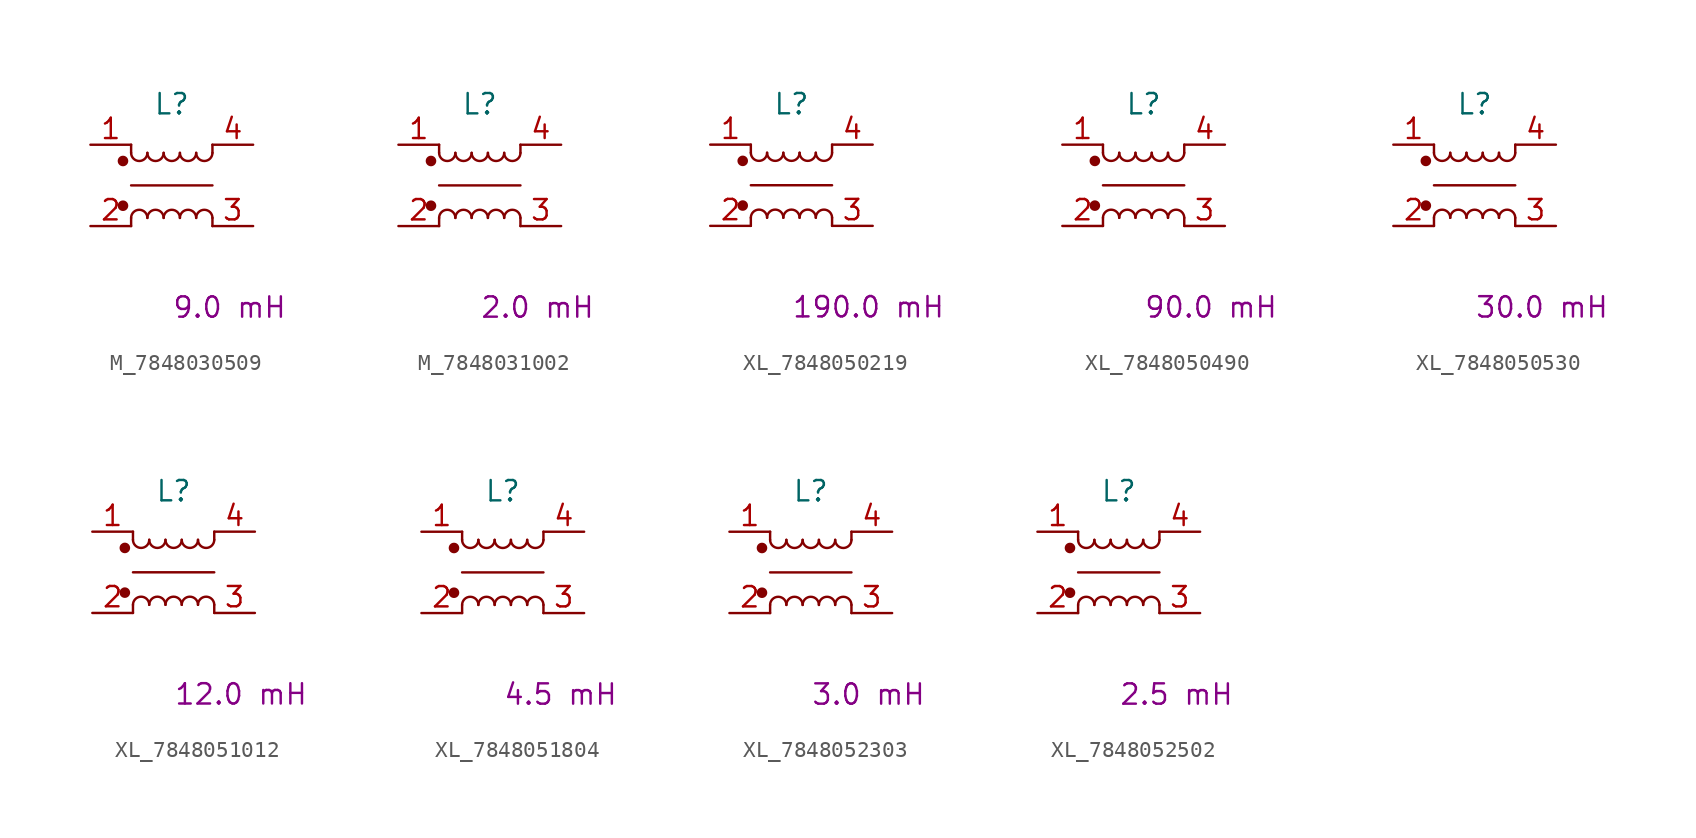
<source format=kicad_sym>
(kicad_symbol_lib
  (version 20220914)
  (generator kicad_symbol_editor)
  (symbol "M_7848030509"
    (pin_names hide)
    (property "Reference" "L"
      (at 0 5.08 0)
      (effects (font (size 1.27 1.27))))
    (property "Critical Parameter" "9.0 mH"
      (at 0 -7.62 0)
      (effects (font (size 1.27 1.27)) (justify left)))
    (symbol "M_7848030509_0_1"
      (circle (center -3.048 -1.27) (radius 0.254) (stroke (width 0) (type default)) (fill (type outline)))
      (circle (center -3.048 1.524) (radius 0.254) (stroke (width 0) (type default)) (fill (type outline)))
      (arc (start -2.54 2.032) (mid -2.032 1.5262) (end -1.524 2.032) (stroke (width 0) (type default)) (fill (type none)))
      (arc (start -1.524 -2.032) (mid -2.032 -1.5262) (end -2.54 -2.032) (stroke (width 0) (type default)) (fill (type none)))
      (arc (start -1.524 2.032) (mid -1.016 1.5262) (end -0.508 2.032) (stroke (width 0) (type default)) (fill (type none)))
      (arc (start -0.508 -2.032) (mid -1.016 -1.5262) (end -1.524 -2.032) (stroke (width 0) (type default)) (fill (type none)))
      (arc (start -0.508 2.032) (mid 0 1.5262) (end 0.508 2.032) (stroke (width 0) (type default)) (fill (type none)))
      (polyline (pts (xy -2.54 -2.032) (xy -2.54 -2.54)) (stroke (width 0) (type default)) (fill (type none)))
      (polyline (pts (xy -2.54 2.032) (xy -2.54 2.54)) (stroke (width 0) (type default)) (fill (type none)))
      (polyline (pts (xy 2.54 -2.032) (xy 2.54 -2.54)) (stroke (width 0) (type default)) (fill (type none)))
      (polyline (pts (xy 2.54 0) (xy -2.54 0)) (stroke (width 0) (type default)) (fill (type none)))
      (polyline (pts (xy 2.54 2.54) (xy 2.54 2.032)) (stroke (width 0) (type default)) (fill (type none)))
      (arc (start 0.508 -2.032) (mid 0 -1.5262) (end -0.508 -2.032) (stroke (width 0) (type default)) (fill (type none)))
      (arc (start 0.508 2.032) (mid 1.016 1.5262) (end 1.524 2.032) (stroke (width 0) (type default)) (fill (type none)))
      (arc (start 1.524 -2.032) (mid 1.016 -1.5262) (end 0.508 -2.032) (stroke (width 0) (type default)) (fill (type none)))
      (arc (start 1.524 2.032) (mid 2.032 1.5262) (end 2.54 2.032) (stroke (width 0) (type default)) (fill (type none)))
      (arc (start 2.54 -2.032) (mid 2.032 -1.5262) (end 1.524 -2.032) (stroke (width 0) (type default)) (fill (type none))))
    (symbol "M_7848030509_1_1"
      (pin passive line (at -5.08 2.54 0) (length 2.54) (name "1" (effects (font (size 1.27 1.27)))) (number "1" (effects (font (size 1.27 1.27)))))
      (pin passive line (at -5.08 -2.54 0) (length 2.54) (name "2" (effects (font (size 1.27 1.27)))) (number "2" (effects (font (size 1.27 1.27)))))
      (pin passive line (at 5.08 -2.54 180) (length 2.54) (name "3" (effects (font (size 1.27 1.27)))) (number "3" (effects (font (size 1.27 1.27)))))
      (pin passive line (at 5.08 2.54 180) (length 2.54) (name "4" (effects (font (size 1.27 1.27)))) (number "4" (effects (font (size 1.27 1.27)))))))
  (symbol "M_7848031002"
    (pin_names hide)
    (property "Reference" "L"
      (at 0 5.08 0)
      (effects (font (size 1.27 1.27))))
    (property "Critical Parameter" "2.0 mH"
      (at 0 -7.62 0)
      (effects (font (size 1.27 1.27)) (justify left)))
    (symbol "M_7848031002_0_1"
      (circle (center -3.048 -1.27) (radius 0.254) (stroke (width 0) (type default)) (fill (type outline)))
      (circle (center -3.048 1.524) (radius 0.254) (stroke (width 0) (type default)) (fill (type outline)))
      (arc (start -2.54 2.032) (mid -2.032 1.5262) (end -1.524 2.032) (stroke (width 0) (type default)) (fill (type none)))
      (arc (start -1.524 -2.032) (mid -2.032 -1.5262) (end -2.54 -2.032) (stroke (width 0) (type default)) (fill (type none)))
      (arc (start -1.524 2.032) (mid -1.016 1.5262) (end -0.508 2.032) (stroke (width 0) (type default)) (fill (type none)))
      (arc (start -0.508 -2.032) (mid -1.016 -1.5262) (end -1.524 -2.032) (stroke (width 0) (type default)) (fill (type none)))
      (arc (start -0.508 2.032) (mid 0 1.5262) (end 0.508 2.032) (stroke (width 0) (type default)) (fill (type none)))
      (polyline (pts (xy -2.54 -2.032) (xy -2.54 -2.54)) (stroke (width 0) (type default)) (fill (type none)))
      (polyline (pts (xy -2.54 2.032) (xy -2.54 2.54)) (stroke (width 0) (type default)) (fill (type none)))
      (polyline (pts (xy 2.54 -2.032) (xy 2.54 -2.54)) (stroke (width 0) (type default)) (fill (type none)))
      (polyline (pts (xy 2.54 0) (xy -2.54 0)) (stroke (width 0) (type default)) (fill (type none)))
      (polyline (pts (xy 2.54 2.54) (xy 2.54 2.032)) (stroke (width 0) (type default)) (fill (type none)))
      (arc (start 0.508 -2.032) (mid 0 -1.5262) (end -0.508 -2.032) (stroke (width 0) (type default)) (fill (type none)))
      (arc (start 0.508 2.032) (mid 1.016 1.5262) (end 1.524 2.032) (stroke (width 0) (type default)) (fill (type none)))
      (arc (start 1.524 -2.032) (mid 1.016 -1.5262) (end 0.508 -2.032) (stroke (width 0) (type default)) (fill (type none)))
      (arc (start 1.524 2.032) (mid 2.032 1.5262) (end 2.54 2.032) (stroke (width 0) (type default)) (fill (type none)))
      (arc (start 2.54 -2.032) (mid 2.032 -1.5262) (end 1.524 -2.032) (stroke (width 0) (type default)) (fill (type none))))
    (symbol "M_7848031002_1_1"
      (pin passive line (at -5.08 2.54 0) (length 2.54) (name "1" (effects (font (size 1.27 1.27)))) (number "1" (effects (font (size 1.27 1.27)))))
      (pin passive line (at -5.08 -2.54 0) (length 2.54) (name "2" (effects (font (size 1.27 1.27)))) (number "2" (effects (font (size 1.27 1.27)))))
      (pin passive line (at 5.08 -2.54 180) (length 2.54) (name "3" (effects (font (size 1.27 1.27)))) (number "3" (effects (font (size 1.27 1.27)))))
      (pin passive line (at 5.08 2.54 180) (length 2.54) (name "4" (effects (font (size 1.27 1.27)))) (number "4" (effects (font (size 1.27 1.27)))))))
  (symbol "XL_7848050219"
    (pin_names hide)
    (property "Reference" "L"
      (at 0 5.08 0)
      (effects (font (size 1.27 1.27))))
    (property "Critical Parameter" "190.0 mH"
      (at 0 -7.62 0)
      (effects (font (size 1.27 1.27)) (justify left)))
    (symbol "XL_7848050219_0_1"
      (circle (center -3.048 -1.27) (radius 0.254) (stroke (width 0) (type default)) (fill (type outline)))
      (circle (center -3.048 1.524) (radius 0.254) (stroke (width 0) (type default)) (fill (type outline)))
      (arc (start -2.54 2.032) (mid -2.032 1.5262) (end -1.524 2.032) (stroke (width 0) (type default)) (fill (type none)))
      (arc (start -1.524 -2.032) (mid -2.032 -1.5262) (end -2.54 -2.032) (stroke (width 0) (type default)) (fill (type none)))
      (arc (start -1.524 2.032) (mid -1.016 1.5262) (end -0.508 2.032) (stroke (width 0) (type default)) (fill (type none)))
      (arc (start -0.508 -2.032) (mid -1.016 -1.5262) (end -1.524 -2.032) (stroke (width 0) (type default)) (fill (type none)))
      (arc (start -0.508 2.032) (mid 0 1.5262) (end 0.508 2.032) (stroke (width 0) (type default)) (fill (type none)))
      (polyline (pts (xy -2.54 -2.032) (xy -2.54 -2.54)) (stroke (width 0) (type default)) (fill (type none)))
      (polyline (pts (xy -2.54 2.032) (xy -2.54 2.54)) (stroke (width 0) (type default)) (fill (type none)))
      (polyline (pts (xy 2.54 -2.032) (xy 2.54 -2.54)) (stroke (width 0) (type default)) (fill (type none)))
      (polyline (pts (xy 2.54 0) (xy -2.54 0)) (stroke (width 0) (type default)) (fill (type none)))
      (polyline (pts (xy 2.54 2.54) (xy 2.54 2.032)) (stroke (width 0) (type default)) (fill (type none)))
      (arc (start 0.508 -2.032) (mid 0 -1.5262) (end -0.508 -2.032) (stroke (width 0) (type default)) (fill (type none)))
      (arc (start 0.508 2.032) (mid 1.016 1.5262) (end 1.524 2.032) (stroke (width 0) (type default)) (fill (type none)))
      (arc (start 1.524 -2.032) (mid 1.016 -1.5262) (end 0.508 -2.032) (stroke (width 0) (type default)) (fill (type none)))
      (arc (start 1.524 2.032) (mid 2.032 1.5262) (end 2.54 2.032) (stroke (width 0) (type default)) (fill (type none)))
      (arc (start 2.54 -2.032) (mid 2.032 -1.5262) (end 1.524 -2.032) (stroke (width 0) (type default)) (fill (type none))))
    (symbol "XL_7848050219_1_1"
      (pin passive line (at -5.08 2.54 0) (length 2.54) (name "1" (effects (font (size 1.27 1.27)))) (number "1" (effects (font (size 1.27 1.27)))))
      (pin passive line (at -5.08 -2.54 0) (length 2.54) (name "2" (effects (font (size 1.27 1.27)))) (number "2" (effects (font (size 1.27 1.27)))))
      (pin passive line (at 5.08 -2.54 180) (length 2.54) (name "3" (effects (font (size 1.27 1.27)))) (number "3" (effects (font (size 1.27 1.27)))))
      (pin passive line (at 5.08 2.54 180) (length 2.54) (name "4" (effects (font (size 1.27 1.27)))) (number "4" (effects (font (size 1.27 1.27)))))))
  (symbol "XL_7848050490"
    (pin_names hide)
    (property "Reference" "L"
      (at 0 5.08 0)
      (effects (font (size 1.27 1.27))))
    (property "Critical Parameter" "90.0 mH"
      (at 0 -7.62 0)
      (effects (font (size 1.27 1.27)) (justify left)))
    (symbol "XL_7848050490_0_1"
      (circle (center -3.048 -1.27) (radius 0.254) (stroke (width 0) (type default)) (fill (type outline)))
      (circle (center -3.048 1.524) (radius 0.254) (stroke (width 0) (type default)) (fill (type outline)))
      (arc (start -2.54 2.032) (mid -2.032 1.5262) (end -1.524 2.032) (stroke (width 0) (type default)) (fill (type none)))
      (arc (start -1.524 -2.032) (mid -2.032 -1.5262) (end -2.54 -2.032) (stroke (width 0) (type default)) (fill (type none)))
      (arc (start -1.524 2.032) (mid -1.016 1.5262) (end -0.508 2.032) (stroke (width 0) (type default)) (fill (type none)))
      (arc (start -0.508 -2.032) (mid -1.016 -1.5262) (end -1.524 -2.032) (stroke (width 0) (type default)) (fill (type none)))
      (arc (start -0.508 2.032) (mid 0 1.5262) (end 0.508 2.032) (stroke (width 0) (type default)) (fill (type none)))
      (polyline (pts (xy -2.54 -2.032) (xy -2.54 -2.54)) (stroke (width 0) (type default)) (fill (type none)))
      (polyline (pts (xy -2.54 2.032) (xy -2.54 2.54)) (stroke (width 0) (type default)) (fill (type none)))
      (polyline (pts (xy 2.54 -2.032) (xy 2.54 -2.54)) (stroke (width 0) (type default)) (fill (type none)))
      (polyline (pts (xy 2.54 0) (xy -2.54 0)) (stroke (width 0) (type default)) (fill (type none)))
      (polyline (pts (xy 2.54 2.54) (xy 2.54 2.032)) (stroke (width 0) (type default)) (fill (type none)))
      (arc (start 0.508 -2.032) (mid 0 -1.5262) (end -0.508 -2.032) (stroke (width 0) (type default)) (fill (type none)))
      (arc (start 0.508 2.032) (mid 1.016 1.5262) (end 1.524 2.032) (stroke (width 0) (type default)) (fill (type none)))
      (arc (start 1.524 -2.032) (mid 1.016 -1.5262) (end 0.508 -2.032) (stroke (width 0) (type default)) (fill (type none)))
      (arc (start 1.524 2.032) (mid 2.032 1.5262) (end 2.54 2.032) (stroke (width 0) (type default)) (fill (type none)))
      (arc (start 2.54 -2.032) (mid 2.032 -1.5262) (end 1.524 -2.032) (stroke (width 0) (type default)) (fill (type none))))
    (symbol "XL_7848050490_1_1"
      (pin passive line (at -5.08 2.54 0) (length 2.54) (name "1" (effects (font (size 1.27 1.27)))) (number "1" (effects (font (size 1.27 1.27)))))
      (pin passive line (at -5.08 -2.54 0) (length 2.54) (name "2" (effects (font (size 1.27 1.27)))) (number "2" (effects (font (size 1.27 1.27)))))
      (pin passive line (at 5.08 -2.54 180) (length 2.54) (name "3" (effects (font (size 1.27 1.27)))) (number "3" (effects (font (size 1.27 1.27)))))
      (pin passive line (at 5.08 2.54 180) (length 2.54) (name "4" (effects (font (size 1.27 1.27)))) (number "4" (effects (font (size 1.27 1.27)))))))
  (symbol "XL_7848050530"
    (pin_names hide)
    (property "Reference" "L"
      (at 0 5.08 0)
      (effects (font (size 1.27 1.27))))
    (property "Critical Parameter" "30.0 mH"
      (at 0 -7.62 0)
      (effects (font (size 1.27 1.27)) (justify left)))
    (symbol "XL_7848050530_0_1"
      (circle (center -3.048 -1.27) (radius 0.254) (stroke (width 0) (type default)) (fill (type outline)))
      (circle (center -3.048 1.524) (radius 0.254) (stroke (width 0) (type default)) (fill (type outline)))
      (arc (start -2.54 2.032) (mid -2.032 1.5262) (end -1.524 2.032) (stroke (width 0) (type default)) (fill (type none)))
      (arc (start -1.524 -2.032) (mid -2.032 -1.5262) (end -2.54 -2.032) (stroke (width 0) (type default)) (fill (type none)))
      (arc (start -1.524 2.032) (mid -1.016 1.5262) (end -0.508 2.032) (stroke (width 0) (type default)) (fill (type none)))
      (arc (start -0.508 -2.032) (mid -1.016 -1.5262) (end -1.524 -2.032) (stroke (width 0) (type default)) (fill (type none)))
      (arc (start -0.508 2.032) (mid 0 1.5262) (end 0.508 2.032) (stroke (width 0) (type default)) (fill (type none)))
      (polyline (pts (xy -2.54 -2.032) (xy -2.54 -2.54)) (stroke (width 0) (type default)) (fill (type none)))
      (polyline (pts (xy -2.54 2.032) (xy -2.54 2.54)) (stroke (width 0) (type default)) (fill (type none)))
      (polyline (pts (xy 2.54 -2.032) (xy 2.54 -2.54)) (stroke (width 0) (type default)) (fill (type none)))
      (polyline (pts (xy 2.54 0) (xy -2.54 0)) (stroke (width 0) (type default)) (fill (type none)))
      (polyline (pts (xy 2.54 2.54) (xy 2.54 2.032)) (stroke (width 0) (type default)) (fill (type none)))
      (arc (start 0.508 -2.032) (mid 0 -1.5262) (end -0.508 -2.032) (stroke (width 0) (type default)) (fill (type none)))
      (arc (start 0.508 2.032) (mid 1.016 1.5262) (end 1.524 2.032) (stroke (width 0) (type default)) (fill (type none)))
      (arc (start 1.524 -2.032) (mid 1.016 -1.5262) (end 0.508 -2.032) (stroke (width 0) (type default)) (fill (type none)))
      (arc (start 1.524 2.032) (mid 2.032 1.5262) (end 2.54 2.032) (stroke (width 0) (type default)) (fill (type none)))
      (arc (start 2.54 -2.032) (mid 2.032 -1.5262) (end 1.524 -2.032) (stroke (width 0) (type default)) (fill (type none))))
    (symbol "XL_7848050530_1_1"
      (pin passive line (at -5.08 2.54 0) (length 2.54) (name "1" (effects (font (size 1.27 1.27)))) (number "1" (effects (font (size 1.27 1.27)))))
      (pin passive line (at -5.08 -2.54 0) (length 2.54) (name "2" (effects (font (size 1.27 1.27)))) (number "2" (effects (font (size 1.27 1.27)))))
      (pin passive line (at 5.08 -2.54 180) (length 2.54) (name "3" (effects (font (size 1.27 1.27)))) (number "3" (effects (font (size 1.27 1.27)))))
      (pin passive line (at 5.08 2.54 180) (length 2.54) (name "4" (effects (font (size 1.27 1.27)))) (number "4" (effects (font (size 1.27 1.27)))))))
  (symbol "XL_7848051012"
    (pin_names hide)
    (property "Reference" "L"
      (at 0 5.08 0)
      (effects (font (size 1.27 1.27))))
    (property "Critical Parameter" "12.0 mH"
      (at 0 -7.62 0)
      (effects (font (size 1.27 1.27)) (justify left)))
    (symbol "XL_7848051012_0_1"
      (circle (center -3.048 -1.27) (radius 0.254) (stroke (width 0) (type default)) (fill (type outline)))
      (circle (center -3.048 1.524) (radius 0.254) (stroke (width 0) (type default)) (fill (type outline)))
      (arc (start -2.54 2.032) (mid -2.032 1.5262) (end -1.524 2.032) (stroke (width 0) (type default)) (fill (type none)))
      (arc (start -1.524 -2.032) (mid -2.032 -1.5262) (end -2.54 -2.032) (stroke (width 0) (type default)) (fill (type none)))
      (arc (start -1.524 2.032) (mid -1.016 1.5262) (end -0.508 2.032) (stroke (width 0) (type default)) (fill (type none)))
      (arc (start -0.508 -2.032) (mid -1.016 -1.5262) (end -1.524 -2.032) (stroke (width 0) (type default)) (fill (type none)))
      (arc (start -0.508 2.032) (mid 0 1.5262) (end 0.508 2.032) (stroke (width 0) (type default)) (fill (type none)))
      (polyline (pts (xy -2.54 -2.032) (xy -2.54 -2.54)) (stroke (width 0) (type default)) (fill (type none)))
      (polyline (pts (xy -2.54 2.032) (xy -2.54 2.54)) (stroke (width 0) (type default)) (fill (type none)))
      (polyline (pts (xy 2.54 -2.032) (xy 2.54 -2.54)) (stroke (width 0) (type default)) (fill (type none)))
      (polyline (pts (xy 2.54 0) (xy -2.54 0)) (stroke (width 0) (type default)) (fill (type none)))
      (polyline (pts (xy 2.54 2.54) (xy 2.54 2.032)) (stroke (width 0) (type default)) (fill (type none)))
      (arc (start 0.508 -2.032) (mid 0 -1.5262) (end -0.508 -2.032) (stroke (width 0) (type default)) (fill (type none)))
      (arc (start 0.508 2.032) (mid 1.016 1.5262) (end 1.524 2.032) (stroke (width 0) (type default)) (fill (type none)))
      (arc (start 1.524 -2.032) (mid 1.016 -1.5262) (end 0.508 -2.032) (stroke (width 0) (type default)) (fill (type none)))
      (arc (start 1.524 2.032) (mid 2.032 1.5262) (end 2.54 2.032) (stroke (width 0) (type default)) (fill (type none)))
      (arc (start 2.54 -2.032) (mid 2.032 -1.5262) (end 1.524 -2.032) (stroke (width 0) (type default)) (fill (type none))))
    (symbol "XL_7848051012_1_1"
      (pin passive line (at -5.08 2.54 0) (length 2.54) (name "1" (effects (font (size 1.27 1.27)))) (number "1" (effects (font (size 1.27 1.27)))))
      (pin passive line (at -5.08 -2.54 0) (length 2.54) (name "2" (effects (font (size 1.27 1.27)))) (number "2" (effects (font (size 1.27 1.27)))))
      (pin passive line (at 5.08 -2.54 180) (length 2.54) (name "3" (effects (font (size 1.27 1.27)))) (number "3" (effects (font (size 1.27 1.27)))))
      (pin passive line (at 5.08 2.54 180) (length 2.54) (name "4" (effects (font (size 1.27 1.27)))) (number "4" (effects (font (size 1.27 1.27)))))))
  (symbol "XL_7848051804"
    (pin_names hide)
    (property "Reference" "L"
      (at 0 5.08 0)
      (effects (font (size 1.27 1.27))))
    (property "Critical Parameter" "4.5 mH"
      (at 0 -7.62 0)
      (effects (font (size 1.27 1.27)) (justify left)))
    (symbol "XL_7848051804_0_1"
      (circle (center -3.048 -1.27) (radius 0.254) (stroke (width 0) (type default)) (fill (type outline)))
      (circle (center -3.048 1.524) (radius 0.254) (stroke (width 0) (type default)) (fill (type outline)))
      (arc (start -2.54 2.032) (mid -2.032 1.5262) (end -1.524 2.032) (stroke (width 0) (type default)) (fill (type none)))
      (arc (start -1.524 -2.032) (mid -2.032 -1.5262) (end -2.54 -2.032) (stroke (width 0) (type default)) (fill (type none)))
      (arc (start -1.524 2.032) (mid -1.016 1.5262) (end -0.508 2.032) (stroke (width 0) (type default)) (fill (type none)))
      (arc (start -0.508 -2.032) (mid -1.016 -1.5262) (end -1.524 -2.032) (stroke (width 0) (type default)) (fill (type none)))
      (arc (start -0.508 2.032) (mid 0 1.5262) (end 0.508 2.032) (stroke (width 0) (type default)) (fill (type none)))
      (polyline (pts (xy -2.54 -2.032) (xy -2.54 -2.54)) (stroke (width 0) (type default)) (fill (type none)))
      (polyline (pts (xy -2.54 2.032) (xy -2.54 2.54)) (stroke (width 0) (type default)) (fill (type none)))
      (polyline (pts (xy 2.54 -2.032) (xy 2.54 -2.54)) (stroke (width 0) (type default)) (fill (type none)))
      (polyline (pts (xy 2.54 0) (xy -2.54 0)) (stroke (width 0) (type default)) (fill (type none)))
      (polyline (pts (xy 2.54 2.54) (xy 2.54 2.032)) (stroke (width 0) (type default)) (fill (type none)))
      (arc (start 0.508 -2.032) (mid 0 -1.5262) (end -0.508 -2.032) (stroke (width 0) (type default)) (fill (type none)))
      (arc (start 0.508 2.032) (mid 1.016 1.5262) (end 1.524 2.032) (stroke (width 0) (type default)) (fill (type none)))
      (arc (start 1.524 -2.032) (mid 1.016 -1.5262) (end 0.508 -2.032) (stroke (width 0) (type default)) (fill (type none)))
      (arc (start 1.524 2.032) (mid 2.032 1.5262) (end 2.54 2.032) (stroke (width 0) (type default)) (fill (type none)))
      (arc (start 2.54 -2.032) (mid 2.032 -1.5262) (end 1.524 -2.032) (stroke (width 0) (type default)) (fill (type none))))
    (symbol "XL_7848051804_1_1"
      (pin passive line (at -5.08 2.54 0) (length 2.54) (name "1" (effects (font (size 1.27 1.27)))) (number "1" (effects (font (size 1.27 1.27)))))
      (pin passive line (at -5.08 -2.54 0) (length 2.54) (name "2" (effects (font (size 1.27 1.27)))) (number "2" (effects (font (size 1.27 1.27)))))
      (pin passive line (at 5.08 -2.54 180) (length 2.54) (name "3" (effects (font (size 1.27 1.27)))) (number "3" (effects (font (size 1.27 1.27)))))
      (pin passive line (at 5.08 2.54 180) (length 2.54) (name "4" (effects (font (size 1.27 1.27)))) (number "4" (effects (font (size 1.27 1.27)))))))
  (symbol "XL_7848052303"
    (pin_names hide)
    (property "Reference" "L"
      (at 0 5.08 0)
      (effects (font (size 1.27 1.27))))
    (property "Critical Parameter" "3.0 mH"
      (at 0 -7.62 0)
      (effects (font (size 1.27 1.27)) (justify left)))
    (symbol "XL_7848052303_0_1"
      (circle (center -3.048 -1.27) (radius 0.254) (stroke (width 0) (type default)) (fill (type outline)))
      (circle (center -3.048 1.524) (radius 0.254) (stroke (width 0) (type default)) (fill (type outline)))
      (arc (start -2.54 2.032) (mid -2.032 1.5262) (end -1.524 2.032) (stroke (width 0) (type default)) (fill (type none)))
      (arc (start -1.524 -2.032) (mid -2.032 -1.5262) (end -2.54 -2.032) (stroke (width 0) (type default)) (fill (type none)))
      (arc (start -1.524 2.032) (mid -1.016 1.5262) (end -0.508 2.032) (stroke (width 0) (type default)) (fill (type none)))
      (arc (start -0.508 -2.032) (mid -1.016 -1.5262) (end -1.524 -2.032) (stroke (width 0) (type default)) (fill (type none)))
      (arc (start -0.508 2.032) (mid 0 1.5262) (end 0.508 2.032) (stroke (width 0) (type default)) (fill (type none)))
      (polyline (pts (xy -2.54 -2.032) (xy -2.54 -2.54)) (stroke (width 0) (type default)) (fill (type none)))
      (polyline (pts (xy -2.54 2.032) (xy -2.54 2.54)) (stroke (width 0) (type default)) (fill (type none)))
      (polyline (pts (xy 2.54 -2.032) (xy 2.54 -2.54)) (stroke (width 0) (type default)) (fill (type none)))
      (polyline (pts (xy 2.54 0) (xy -2.54 0)) (stroke (width 0) (type default)) (fill (type none)))
      (polyline (pts (xy 2.54 2.54) (xy 2.54 2.032)) (stroke (width 0) (type default)) (fill (type none)))
      (arc (start 0.508 -2.032) (mid 0 -1.5262) (end -0.508 -2.032) (stroke (width 0) (type default)) (fill (type none)))
      (arc (start 0.508 2.032) (mid 1.016 1.5262) (end 1.524 2.032) (stroke (width 0) (type default)) (fill (type none)))
      (arc (start 1.524 -2.032) (mid 1.016 -1.5262) (end 0.508 -2.032) (stroke (width 0) (type default)) (fill (type none)))
      (arc (start 1.524 2.032) (mid 2.032 1.5262) (end 2.54 2.032) (stroke (width 0) (type default)) (fill (type none)))
      (arc (start 2.54 -2.032) (mid 2.032 -1.5262) (end 1.524 -2.032) (stroke (width 0) (type default)) (fill (type none))))
    (symbol "XL_7848052303_1_1"
      (pin passive line (at -5.08 2.54 0) (length 2.54) (name "1" (effects (font (size 1.27 1.27)))) (number "1" (effects (font (size 1.27 1.27)))))
      (pin passive line (at -5.08 -2.54 0) (length 2.54) (name "2" (effects (font (size 1.27 1.27)))) (number "2" (effects (font (size 1.27 1.27)))))
      (pin passive line (at 5.08 -2.54 180) (length 2.54) (name "3" (effects (font (size 1.27 1.27)))) (number "3" (effects (font (size 1.27 1.27)))))
      (pin passive line (at 5.08 2.54 180) (length 2.54) (name "4" (effects (font (size 1.27 1.27)))) (number "4" (effects (font (size 1.27 1.27)))))))
  (symbol "XL_7848052502"
    (pin_names hide)
    (property "Reference" "L"
      (at 0 5.08 0)
      (effects (font (size 1.27 1.27))))
    (property "Critical Parameter" "2.5 mH"
      (at 0 -7.62 0)
      (effects (font (size 1.27 1.27)) (justify left)))
    (symbol "XL_7848052502_0_1"
      (circle (center -3.048 -1.27) (radius 0.254) (stroke (width 0) (type default)) (fill (type outline)))
      (circle (center -3.048 1.524) (radius 0.254) (stroke (width 0) (type default)) (fill (type outline)))
      (arc (start -2.54 2.032) (mid -2.032 1.5262) (end -1.524 2.032) (stroke (width 0) (type default)) (fill (type none)))
      (arc (start -1.524 -2.032) (mid -2.032 -1.5262) (end -2.54 -2.032) (stroke (width 0) (type default)) (fill (type none)))
      (arc (start -1.524 2.032) (mid -1.016 1.5262) (end -0.508 2.032) (stroke (width 0) (type default)) (fill (type none)))
      (arc (start -0.508 -2.032) (mid -1.016 -1.5262) (end -1.524 -2.032) (stroke (width 0) (type default)) (fill (type none)))
      (arc (start -0.508 2.032) (mid 0 1.5262) (end 0.508 2.032) (stroke (width 0) (type default)) (fill (type none)))
      (polyline (pts (xy -2.54 -2.032) (xy -2.54 -2.54)) (stroke (width 0) (type default)) (fill (type none)))
      (polyline (pts (xy -2.54 2.032) (xy -2.54 2.54)) (stroke (width 0) (type default)) (fill (type none)))
      (polyline (pts (xy 2.54 -2.032) (xy 2.54 -2.54)) (stroke (width 0) (type default)) (fill (type none)))
      (polyline (pts (xy 2.54 0) (xy -2.54 0)) (stroke (width 0) (type default)) (fill (type none)))
      (polyline (pts (xy 2.54 2.54) (xy 2.54 2.032)) (stroke (width 0) (type default)) (fill (type none)))
      (arc (start 0.508 -2.032) (mid 0 -1.5262) (end -0.508 -2.032) (stroke (width 0) (type default)) (fill (type none)))
      (arc (start 0.508 2.032) (mid 1.016 1.5262) (end 1.524 2.032) (stroke (width 0) (type default)) (fill (type none)))
      (arc (start 1.524 -2.032) (mid 1.016 -1.5262) (end 0.508 -2.032) (stroke (width 0) (type default)) (fill (type none)))
      (arc (start 1.524 2.032) (mid 2.032 1.5262) (end 2.54 2.032) (stroke (width 0) (type default)) (fill (type none)))
      (arc (start 2.54 -2.032) (mid 2.032 -1.5262) (end 1.524 -2.032) (stroke (width 0) (type default)) (fill (type none))))
    (symbol "XL_7848052502_1_1"
      (pin passive line (at -5.08 2.54 0) (length 2.54) (name "1" (effects (font (size 1.27 1.27)))) (number "1" (effects (font (size 1.27 1.27)))))
      (pin passive line (at -5.08 -2.54 0) (length 2.54) (name "2" (effects (font (size 1.27 1.27)))) (number "2" (effects (font (size 1.27 1.27)))))
      (pin passive line (at 5.08 -2.54 180) (length 2.54) (name "3" (effects (font (size 1.27 1.27)))) (number "3" (effects (font (size 1.27 1.27)))))
      (pin passive line (at 5.08 2.54 180) (length 2.54) (name "4" (effects (font (size 1.27 1.27)))) (number "4" (effects (font (size 1.27 1.27))))))))
</source>
